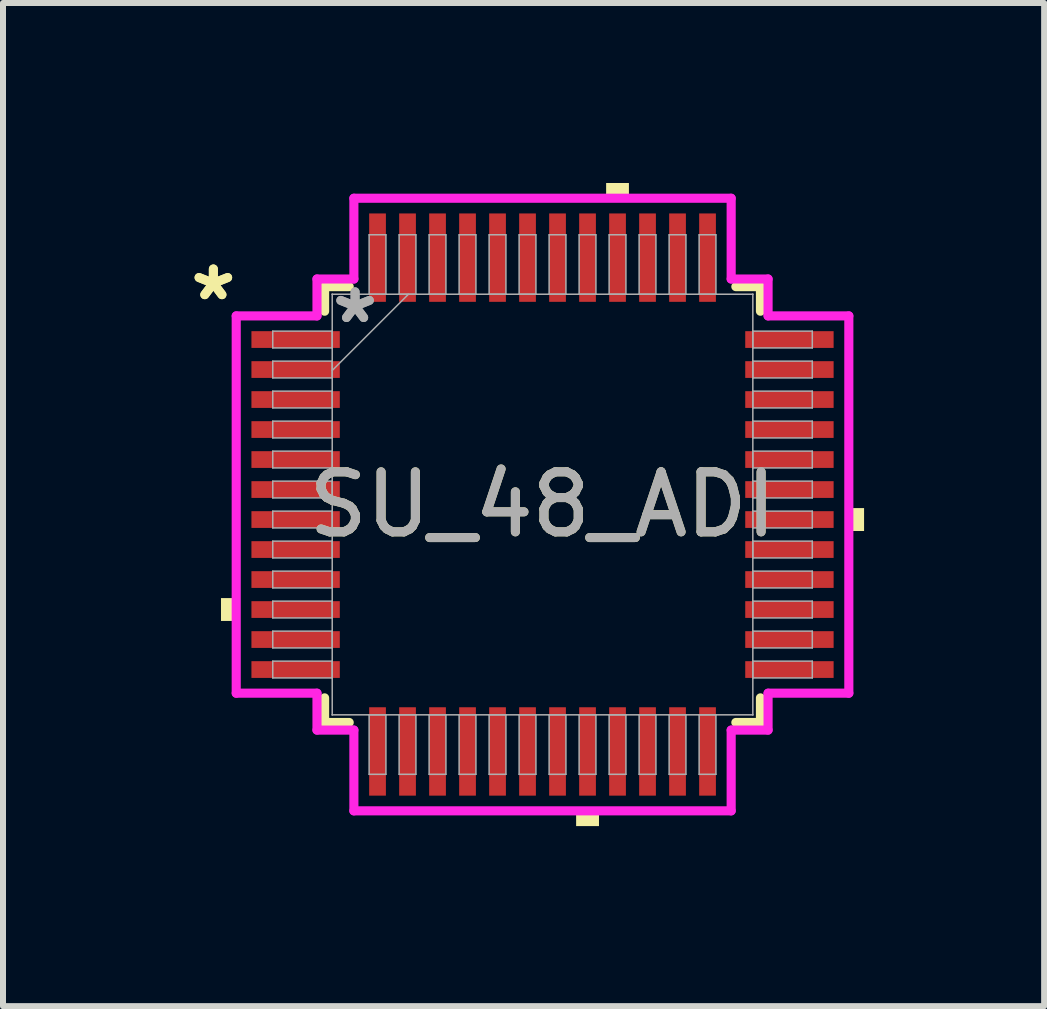
<source format=kicad_pcb>
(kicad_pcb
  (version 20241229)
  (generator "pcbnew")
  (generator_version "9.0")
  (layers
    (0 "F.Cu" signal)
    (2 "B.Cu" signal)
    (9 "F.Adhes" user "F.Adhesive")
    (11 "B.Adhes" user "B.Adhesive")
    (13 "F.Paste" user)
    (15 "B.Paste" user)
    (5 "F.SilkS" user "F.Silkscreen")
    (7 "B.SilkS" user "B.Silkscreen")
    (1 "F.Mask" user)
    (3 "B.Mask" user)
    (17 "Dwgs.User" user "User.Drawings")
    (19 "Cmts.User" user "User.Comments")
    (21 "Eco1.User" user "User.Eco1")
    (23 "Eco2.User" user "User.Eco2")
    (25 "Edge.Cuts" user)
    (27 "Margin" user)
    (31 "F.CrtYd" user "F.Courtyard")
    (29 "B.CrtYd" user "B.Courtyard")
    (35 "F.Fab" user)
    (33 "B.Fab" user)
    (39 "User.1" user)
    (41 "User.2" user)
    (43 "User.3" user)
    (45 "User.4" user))
  (footprint "SU_48_ADI"
    (layer "F.Cu")
    (at 5.992 5.359)
    (property "Reference" "SU_48_ADI" (at 0 0 0) (unlocked yes) (layer "F.SilkS") (effects (font (size 1 1) (thickness 0.15))))
    (attr smd)
    (fp_line (start -3.632 -3.632) (end -3.632 -3.222) (stroke (width 0.152) (type solid)) (layer "F.SilkS"))
    (fp_line (start -3.632 3.222) (end -3.632 3.632) (stroke (width 0.152) (type solid)) (layer "F.SilkS"))
    (fp_line (start -3.632 3.632) (end -3.222 3.632) (stroke (width 0.152) (type solid)) (layer "F.SilkS"))
    (fp_line (start -3.222 -3.632) (end -3.632 -3.632) (stroke (width 0.152) (type solid)) (layer "F.SilkS"))
    (fp_line (start 3.222 3.632) (end 3.632 3.632) (stroke (width 0.152) (type solid)) (layer "F.SilkS"))
    (fp_line (start 3.632 -3.632) (end 3.222 -3.632) (stroke (width 0.152) (type solid)) (layer "F.SilkS"))
    (fp_line (start 3.632 -3.222) (end 3.632 -3.632) (stroke (width 0.152) (type solid)) (layer "F.SilkS"))
    (fp_line (start 3.632 3.632) (end 3.632 3.222) (stroke (width 0.152) (type solid)) (layer "F.SilkS"))
    (fp_poly (pts (xy -5.359 1.559) (xy -5.359 1.94) (xy -5.105 1.94) (xy -5.105 1.559)) (stroke (width 0) (type solid)) (fill yes) (layer "F.SilkS"))
    (fp_poly (pts (xy 0.56 5.105) (xy 0.56 5.359) (xy 0.941 5.359) (xy 0.941 5.105)) (stroke (width 0) (type solid)) (fill yes) (layer "F.SilkS"))
    (fp_poly (pts (xy 1.06 -5.105) (xy 1.06 -5.359) (xy 1.44 -5.359) (xy 1.44 -5.105)) (stroke (width 0) (type solid)) (fill yes) (layer "F.SilkS"))
    (fp_poly (pts (xy 5.359 0.059) (xy 5.359 0.441) (xy 5.105 0.441) (xy 5.105 0.059)) (stroke (width 0) (type solid)) (fill yes) (layer "F.SilkS"))
    (fp_line (start -5.105 -3.144) (end -3.759 -3.144) (stroke (width 0.152) (type solid)) (layer "F.CrtYd"))
    (fp_line (start -5.105 3.144) (end -5.105 -3.144) (stroke (width 0.152) (type solid)) (layer "F.CrtYd"))
    (fp_line (start -3.759 -3.759) (end -3.144 -3.759) (stroke (width 0.152) (type solid)) (layer "F.CrtYd"))
    (fp_line (start -3.759 -3.144) (end -3.759 -3.759) (stroke (width 0.152) (type solid)) (layer "F.CrtYd"))
    (fp_line (start -3.759 3.144) (end -5.105 3.144) (stroke (width 0.152) (type solid)) (layer "F.CrtYd"))
    (fp_line (start -3.759 3.759) (end -3.759 3.144) (stroke (width 0.152) (type solid)) (layer "F.CrtYd"))
    (fp_line (start -3.759 3.759) (end -3.144 3.759) (stroke (width 0.152) (type solid)) (layer "F.CrtYd"))
    (fp_line (start -3.144 -5.105) (end 3.144 -5.105) (stroke (width 0.152) (type solid)) (layer "F.CrtYd"))
    (fp_line (start -3.144 -3.759) (end -3.144 -5.105) (stroke (width 0.152) (type solid)) (layer "F.CrtYd"))
    (fp_line (start -3.144 3.759) (end -3.144 5.105) (stroke (width 0.152) (type solid)) (layer "F.CrtYd"))
    (fp_line (start -3.144 5.105) (end 3.144 5.105) (stroke (width 0.152) (type solid)) (layer "F.CrtYd"))
    (fp_line (start 3.144 -5.105) (end 3.144 -3.759) (stroke (width 0.152) (type solid)) (layer "F.CrtYd"))
    (fp_line (start 3.144 -3.759) (end 3.759 -3.759) (stroke (width 0.152) (type solid)) (layer "F.CrtYd"))
    (fp_line (start 3.144 3.759) (end 3.759 3.759) (stroke (width 0.152) (type solid)) (layer "F.CrtYd"))
    (fp_line (start 3.144 5.105) (end 3.144 3.759) (stroke (width 0.152) (type solid)) (layer "F.CrtYd"))
    (fp_line (start 3.759 -3.144) (end 3.759 -3.759) (stroke (width 0.152) (type solid)) (layer "F.CrtYd"))
    (fp_line (start 3.759 3.144) (end 5.105 3.144) (stroke (width 0.152) (type solid)) (layer "F.CrtYd"))
    (fp_line (start 3.759 3.759) (end 3.759 3.144) (stroke (width 0.152) (type solid)) (layer "F.CrtYd"))
    (fp_line (start 5.105 -3.144) (end 3.759 -3.144) (stroke (width 0.152) (type solid)) (layer "F.CrtYd"))
    (fp_line (start 5.105 3.144) (end 5.105 -3.144) (stroke (width 0.152) (type solid)) (layer "F.CrtYd"))
    (fp_line (start -4.496 -2.89) (end -4.496 -2.61) (stroke (width 0.025) (type solid)) (layer "F.Fab"))
    (fp_line (start -4.496 -2.61) (end -3.505 -2.61) (stroke (width 0.025) (type solid)) (layer "F.Fab"))
    (fp_line (start -4.496 -2.39) (end -4.496 -2.11) (stroke (width 0.025) (type solid)) (layer "F.Fab"))
    (fp_line (start -4.496 -2.11) (end -3.505 -2.11) (stroke (width 0.025) (type solid)) (layer "F.Fab"))
    (fp_line (start -4.496 -1.89) (end -4.496 -1.61) (stroke (width 0.025) (type solid)) (layer "F.Fab"))
    (fp_line (start -4.496 -1.61) (end -3.505 -1.61) (stroke (width 0.025) (type solid)) (layer "F.Fab"))
    (fp_line (start -4.496 -1.39) (end -4.496 -1.11) (stroke (width 0.025) (type solid)) (layer "F.Fab"))
    (fp_line (start -4.496 -1.11) (end -3.505 -1.11) (stroke (width 0.025) (type solid)) (layer "F.Fab"))
    (fp_line (start -4.496 -0.89) (end -4.496 -0.61) (stroke (width 0.025) (type solid)) (layer "F.Fab"))
    (fp_line (start -4.496 -0.61) (end -3.505 -0.61) (stroke (width 0.025) (type solid)) (layer "F.Fab"))
    (fp_line (start -4.496 -0.39) (end -4.496 -0.11) (stroke (width 0.025) (type solid)) (layer "F.Fab"))
    (fp_line (start -4.496 -0.11) (end -3.505 -0.11) (stroke (width 0.025) (type solid)) (layer "F.Fab"))
    (fp_line (start -4.496 0.11) (end -4.496 0.39) (stroke (width 0.025) (type solid)) (layer "F.Fab"))
    (fp_line (start -4.496 0.39) (end -3.505 0.39) (stroke (width 0.025) (type solid)) (layer "F.Fab"))
    (fp_line (start -4.496 0.61) (end -4.496 0.89) (stroke (width 0.025) (type solid)) (layer "F.Fab"))
    (fp_line (start -4.496 0.89) (end -3.505 0.89) (stroke (width 0.025) (type solid)) (layer "F.Fab"))
    (fp_line (start -4.496 1.11) (end -4.496 1.39) (stroke (width 0.025) (type solid)) (layer "F.Fab"))
    (fp_line (start -4.496 1.39) (end -3.505 1.39) (stroke (width 0.025) (type solid)) (layer "F.Fab"))
    (fp_line (start -4.496 1.61) (end -4.496 1.89) (stroke (width 0.025) (type solid)) (layer "F.Fab"))
    (fp_line (start -4.496 1.89) (end -3.505 1.89) (stroke (width 0.025) (type solid)) (layer "F.Fab"))
    (fp_line (start -4.496 2.11) (end -4.496 2.39) (stroke (width 0.025) (type solid)) (layer "F.Fab"))
    (fp_line (start -4.496 2.39) (end -3.505 2.39) (stroke (width 0.025) (type solid)) (layer "F.Fab"))
    (fp_line (start -4.496 2.61) (end -4.496 2.89) (stroke (width 0.025) (type solid)) (layer "F.Fab"))
    (fp_line (start -4.496 2.89) (end -3.505 2.89) (stroke (width 0.025) (type solid)) (layer "F.Fab"))
    (fp_line (start -3.505 -3.505) (end -3.505 -3.505) (stroke (width 0.025) (type solid)) (layer "F.Fab"))
    (fp_line (start -3.505 -3.505) (end -3.505 3.505) (stroke (width 0.025) (type solid)) (layer "F.Fab"))
    (fp_line (start -3.505 -2.89) (end -4.496 -2.89) (stroke (width 0.025) (type solid)) (layer "F.Fab"))
    (fp_line (start -3.505 -2.61) (end -3.505 -2.89) (stroke (width 0.025) (type solid)) (layer "F.Fab"))
    (fp_line (start -3.505 -2.39) (end -4.496 -2.39) (stroke (width 0.025) (type solid)) (layer "F.Fab"))
    (fp_line (start -3.505 -2.235) (end -2.235 -3.505) (stroke (width 0.025) (type solid)) (layer "F.Fab"))
    (fp_line (start -3.505 -2.11) (end -3.505 -2.39) (stroke (width 0.025) (type solid)) (layer "F.Fab"))
    (fp_line (start -3.505 -1.89) (end -4.496 -1.89) (stroke (width 0.025) (type solid)) (layer "F.Fab"))
    (fp_line (start -3.505 -1.61) (end -3.505 -1.89) (stroke (width 0.025) (type solid)) (layer "F.Fab"))
    (fp_line (start -3.505 -1.39) (end -4.496 -1.39) (stroke (width 0.025) (type solid)) (layer "F.Fab"))
    (fp_line (start -3.505 -1.11) (end -3.505 -1.39) (stroke (width 0.025) (type solid)) (layer "F.Fab"))
    (fp_line (start -3.505 -0.89) (end -4.496 -0.89) (stroke (width 0.025) (type solid)) (layer "F.Fab"))
    (fp_line (start -3.505 -0.61) (end -3.505 -0.89) (stroke (width 0.025) (type solid)) (layer "F.Fab"))
    (fp_line (start -3.505 -0.39) (end -4.496 -0.39) (stroke (width 0.025) (type solid)) (layer "F.Fab"))
    (fp_line (start -3.505 -0.11) (end -3.505 -0.39) (stroke (width 0.025) (type solid)) (layer "F.Fab"))
    (fp_line (start -3.505 0.11) (end -4.496 0.11) (stroke (width 0.025) (type solid)) (layer "F.Fab"))
    (fp_line (start -3.505 0.39) (end -3.505 0.11) (stroke (width 0.025) (type solid)) (layer "F.Fab"))
    (fp_line (start -3.505 0.61) (end -4.496 0.61) (stroke (width 0.025) (type solid)) (layer "F.Fab"))
    (fp_line (start -3.505 0.89) (end -3.505 0.61) (stroke (width 0.025) (type solid)) (layer "F.Fab"))
    (fp_line (start -3.505 1.11) (end -4.496 1.11) (stroke (width 0.025) (type solid)) (layer "F.Fab"))
    (fp_line (start -3.505 1.39) (end -3.505 1.11) (stroke (width 0.025) (type solid)) (layer "F.Fab"))
    (fp_line (start -3.505 1.61) (end -4.496 1.61) (stroke (width 0.025) (type solid)) (layer "F.Fab"))
    (fp_line (start -3.505 1.89) (end -3.505 1.61) (stroke (width 0.025) (type solid)) (layer "F.Fab"))
    (fp_line (start -3.505 2.11) (end -4.496 2.11) (stroke (width 0.025) (type solid)) (layer "F.Fab"))
    (fp_line (start -3.505 2.39) (end -3.505 2.11) (stroke (width 0.025) (type solid)) (layer "F.Fab"))
    (fp_line (start -3.505 2.61) (end -4.496 2.61) (stroke (width 0.025) (type solid)) (layer "F.Fab"))
    (fp_line (start -3.505 2.89) (end -3.505 2.61) (stroke (width 0.025) (type solid)) (layer "F.Fab"))
    (fp_line (start -3.505 3.505) (end -3.505 3.505) (stroke (width 0.025) (type solid)) (layer "F.Fab"))
    (fp_line (start -3.505 3.505) (end 3.505 3.505) (stroke (width 0.025) (type solid)) (layer "F.Fab"))
    (fp_line (start -2.89 -4.496) (end -2.89 -3.505) (stroke (width 0.025) (type solid)) (layer "F.Fab"))
    (fp_line (start -2.89 -3.505) (end -2.61 -3.505) (stroke (width 0.025) (type solid)) (layer "F.Fab"))
    (fp_line (start -2.89 3.505) (end -2.89 4.496) (stroke (width 0.025) (type solid)) (layer "F.Fab"))
    (fp_line (start -2.89 4.496) (end -2.61 4.496) (stroke (width 0.025) (type solid)) (layer "F.Fab"))
    (fp_line (start -2.61 -4.496) (end -2.89 -4.496) (stroke (width 0.025) (type solid)) (layer "F.Fab"))
    (fp_line (start -2.61 -3.505) (end -2.61 -4.496) (stroke (width 0.025) (type solid)) (layer "F.Fab"))
    (fp_line (start -2.61 3.505) (end -2.89 3.505) (stroke (width 0.025) (type solid)) (layer "F.Fab"))
    (fp_line (start -2.61 4.496) (end -2.61 3.505) (stroke (width 0.025) (type solid)) (layer "F.Fab"))
    (fp_line (start -2.39 -4.496) (end -2.39 -3.505) (stroke (width 0.025) (type solid)) (layer "F.Fab"))
    (fp_line (start -2.39 -3.505) (end -2.11 -3.505) (stroke (width 0.025) (type solid)) (layer "F.Fab"))
    (fp_line (start -2.39 3.505) (end -2.39 4.496) (stroke (width 0.025) (type solid)) (layer "F.Fab"))
    (fp_line (start -2.39 4.496) (end -2.11 4.496) (stroke (width 0.025) (type solid)) (layer "F.Fab"))
    (fp_line (start -2.11 -4.496) (end -2.39 -4.496) (stroke (width 0.025) (type solid)) (layer "F.Fab"))
    (fp_line (start -2.11 -3.505) (end -2.11 -4.496) (stroke (width 0.025) (type solid)) (layer "F.Fab"))
    (fp_line (start -2.11 3.505) (end -2.39 3.505) (stroke (width 0.025) (type solid)) (layer "F.Fab"))
    (fp_line (start -2.11 4.496) (end -2.11 3.505) (stroke (width 0.025) (type solid)) (layer "F.Fab"))
    (fp_line (start -1.89 -4.496) (end -1.89 -3.505) (stroke (width 0.025) (type solid)) (layer "F.Fab"))
    (fp_line (start -1.89 -3.505) (end -1.61 -3.505) (stroke (width 0.025) (type solid)) (layer "F.Fab"))
    (fp_line (start -1.89 3.505) (end -1.89 4.496) (stroke (width 0.025) (type solid)) (layer "F.Fab"))
    (fp_line (start -1.89 4.496) (end -1.61 4.496) (stroke (width 0.025) (type solid)) (layer "F.Fab"))
    (fp_line (start -1.61 -4.496) (end -1.89 -4.496) (stroke (width 0.025) (type solid)) (layer "F.Fab"))
    (fp_line (start -1.61 -3.505) (end -1.61 -4.496) (stroke (width 0.025) (type solid)) (layer "F.Fab"))
    (fp_line (start -1.61 3.505) (end -1.89 3.505) (stroke (width 0.025) (type solid)) (layer "F.Fab"))
    (fp_line (start -1.61 4.496) (end -1.61 3.505) (stroke (width 0.025) (type solid)) (layer "F.Fab"))
    (fp_line (start -1.39 -4.496) (end -1.39 -3.505) (stroke (width 0.025) (type solid)) (layer "F.Fab"))
    (fp_line (start -1.39 -3.505) (end -1.11 -3.505) (stroke (width 0.025) (type solid)) (layer "F.Fab"))
    (fp_line (start -1.39 3.505) (end -1.39 4.496) (stroke (width 0.025) (type solid)) (layer "F.Fab"))
    (fp_line (start -1.39 4.496) (end -1.11 4.496) (stroke (width 0.025) (type solid)) (layer "F.Fab"))
    (fp_line (start -1.11 -4.496) (end -1.39 -4.496) (stroke (width 0.025) (type solid)) (layer "F.Fab"))
    (fp_line (start -1.11 -3.505) (end -1.11 -4.496) (stroke (width 0.025) (type solid)) (layer "F.Fab"))
    (fp_line (start -1.11 3.505) (end -1.39 3.505) (stroke (width 0.025) (type solid)) (layer "F.Fab"))
    (fp_line (start -1.11 4.496) (end -1.11 3.505) (stroke (width 0.025) (type solid)) (layer "F.Fab"))
    (fp_line (start -0.89 -4.496) (end -0.89 -3.505) (stroke (width 0.025) (type solid)) (layer "F.Fab"))
    (fp_line (start -0.89 -3.505) (end -0.61 -3.505) (stroke (width 0.025) (type solid)) (layer "F.Fab"))
    (fp_line (start -0.89 3.505) (end -0.89 4.496) (stroke (width 0.025) (type solid)) (layer "F.Fab"))
    (fp_line (start -0.89 4.496) (end -0.61 4.496) (stroke (width 0.025) (type solid)) (layer "F.Fab"))
    (fp_line (start -0.61 -4.496) (end -0.89 -4.496) (stroke (width 0.025) (type solid)) (layer "F.Fab"))
    (fp_line (start -0.61 -3.505) (end -0.61 -4.496) (stroke (width 0.025) (type solid)) (layer "F.Fab"))
    (fp_line (start -0.61 3.505) (end -0.89 3.505) (stroke (width 0.025) (type solid)) (layer "F.Fab"))
    (fp_line (start -0.61 4.496) (end -0.61 3.505) (stroke (width 0.025) (type solid)) (layer "F.Fab"))
    (fp_line (start -0.39 -4.496) (end -0.39 -3.505) (stroke (width 0.025) (type solid)) (layer "F.Fab"))
    (fp_line (start -0.39 -3.505) (end -0.11 -3.505) (stroke (width 0.025) (type solid)) (layer "F.Fab"))
    (fp_line (start -0.39 3.505) (end -0.39 4.496) (stroke (width 0.025) (type solid)) (layer "F.Fab"))
    (fp_line (start -0.39 4.496) (end -0.11 4.496) (stroke (width 0.025) (type solid)) (layer "F.Fab"))
    (fp_line (start -0.11 -4.496) (end -0.39 -4.496) (stroke (width 0.025) (type solid)) (layer "F.Fab"))
    (fp_line (start -0.11 -3.505) (end -0.11 -4.496) (stroke (width 0.025) (type solid)) (layer "F.Fab"))
    (fp_line (start -0.11 3.505) (end -0.39 3.505) (stroke (width 0.025) (type solid)) (layer "F.Fab"))
    (fp_line (start -0.11 4.496) (end -0.11 3.505) (stroke (width 0.025) (type solid)) (layer "F.Fab"))
    (fp_line (start 0.11 -4.496) (end 0.11 -3.505) (stroke (width 0.025) (type solid)) (layer "F.Fab"))
    (fp_line (start 0.11 -3.505) (end 0.39 -3.505) (stroke (width 0.025) (type solid)) (layer "F.Fab"))
    (fp_line (start 0.11 3.505) (end 0.11 4.496) (stroke (width 0.025) (type solid)) (layer "F.Fab"))
    (fp_line (start 0.11 4.496) (end 0.39 4.496) (stroke (width 0.025) (type solid)) (layer "F.Fab"))
    (fp_line (start 0.39 -4.496) (end 0.11 -4.496) (stroke (width 0.025) (type solid)) (layer "F.Fab"))
    (fp_line (start 0.39 -3.505) (end 0.39 -4.496) (stroke (width 0.025) (type solid)) (layer "F.Fab"))
    (fp_line (start 0.39 3.505) (end 0.11 3.505) (stroke (width 0.025) (type solid)) (layer "F.Fab"))
    (fp_line (start 0.39 4.496) (end 0.39 3.505) (stroke (width 0.025) (type solid)) (layer "F.Fab"))
    (fp_line (start 0.61 -4.496) (end 0.61 -3.505) (stroke (width 0.025) (type solid)) (layer "F.Fab"))
    (fp_line (start 0.61 -3.505) (end 0.89 -3.505) (stroke (width 0.025) (type solid)) (layer "F.Fab"))
    (fp_line (start 0.61 3.505) (end 0.61 4.496) (stroke (width 0.025) (type solid)) (layer "F.Fab"))
    (fp_line (start 0.61 4.496) (end 0.89 4.496) (stroke (width 0.025) (type solid)) (layer "F.Fab"))
    (fp_line (start 0.89 -4.496) (end 0.61 -4.496) (stroke (width 0.025) (type solid)) (layer "F.Fab"))
    (fp_line (start 0.89 -3.505) (end 0.89 -4.496) (stroke (width 0.025) (type solid)) (layer "F.Fab"))
    (fp_line (start 0.89 3.505) (end 0.61 3.505) (stroke (width 0.025) (type solid)) (layer "F.Fab"))
    (fp_line (start 0.89 4.496) (end 0.89 3.505) (stroke (width 0.025) (type solid)) (layer "F.Fab"))
    (fp_line (start 1.11 -4.496) (end 1.11 -3.505) (stroke (width 0.025) (type solid)) (layer "F.Fab"))
    (fp_line (start 1.11 -3.505) (end 1.39 -3.505) (stroke (width 0.025) (type solid)) (layer "F.Fab"))
    (fp_line (start 1.11 3.505) (end 1.11 4.496) (stroke (width 0.025) (type solid)) (layer "F.Fab"))
    (fp_line (start 1.11 4.496) (end 1.39 4.496) (stroke (width 0.025) (type solid)) (layer "F.Fab"))
    (fp_line (start 1.39 -4.496) (end 1.11 -4.496) (stroke (width 0.025) (type solid)) (layer "F.Fab"))
    (fp_line (start 1.39 -3.505) (end 1.39 -4.496) (stroke (width 0.025) (type solid)) (layer "F.Fab"))
    (fp_line (start 1.39 3.505) (end 1.11 3.505) (stroke (width 0.025) (type solid)) (layer "F.Fab"))
    (fp_line (start 1.39 4.496) (end 1.39 3.505) (stroke (width 0.025) (type solid)) (layer "F.Fab"))
    (fp_line (start 1.61 -4.496) (end 1.61 -3.505) (stroke (width 0.025) (type solid)) (layer "F.Fab"))
    (fp_line (start 1.61 -3.505) (end 1.89 -3.505) (stroke (width 0.025) (type solid)) (layer "F.Fab"))
    (fp_line (start 1.61 3.505) (end 1.61 4.496) (stroke (width 0.025) (type solid)) (layer "F.Fab"))
    (fp_line (start 1.61 4.496) (end 1.89 4.496) (stroke (width 0.025) (type solid)) (layer "F.Fab"))
    (fp_line (start 1.89 -4.496) (end 1.61 -4.496) (stroke (width 0.025) (type solid)) (layer "F.Fab"))
    (fp_line (start 1.89 -3.505) (end 1.89 -4.496) (stroke (width 0.025) (type solid)) (layer "F.Fab"))
    (fp_line (start 1.89 3.505) (end 1.61 3.505) (stroke (width 0.025) (type solid)) (layer "F.Fab"))
    (fp_line (start 1.89 4.496) (end 1.89 3.505) (stroke (width 0.025) (type solid)) (layer "F.Fab"))
    (fp_line (start 2.11 -4.496) (end 2.11 -3.505) (stroke (width 0.025) (type solid)) (layer "F.Fab"))
    (fp_line (start 2.11 -3.505) (end 2.39 -3.505) (stroke (width 0.025) (type solid)) (layer "F.Fab"))
    (fp_line (start 2.11 3.505) (end 2.11 4.496) (stroke (width 0.025) (type solid)) (layer "F.Fab"))
    (fp_line (start 2.11 4.496) (end 2.39 4.496) (stroke (width 0.025) (type solid)) (layer "F.Fab"))
    (fp_line (start 2.39 -4.496) (end 2.11 -4.496) (stroke (width 0.025) (type solid)) (layer "F.Fab"))
    (fp_line (start 2.39 -3.505) (end 2.39 -4.496) (stroke (width 0.025) (type solid)) (layer "F.Fab"))
    (fp_line (start 2.39 3.505) (end 2.11 3.505) (stroke (width 0.025) (type solid)) (layer "F.Fab"))
    (fp_line (start 2.39 4.496) (end 2.39 3.505) (stroke (width 0.025) (type solid)) (layer "F.Fab"))
    (fp_line (start 2.61 -4.496) (end 2.61 -3.505) (stroke (width 0.025) (type solid)) (layer "F.Fab"))
    (fp_line (start 2.61 -3.505) (end 2.89 -3.505) (stroke (width 0.025) (type solid)) (layer "F.Fab"))
    (fp_line (start 2.61 3.505) (end 2.61 4.496) (stroke (width 0.025) (type solid)) (layer "F.Fab"))
    (fp_line (start 2.61 4.496) (end 2.89 4.496) (stroke (width 0.025) (type solid)) (layer "F.Fab"))
    (fp_line (start 2.89 -4.496) (end 2.61 -4.496) (stroke (width 0.025) (type solid)) (layer "F.Fab"))
    (fp_line (start 2.89 -3.505) (end 2.89 -4.496) (stroke (width 0.025) (type solid)) (layer "F.Fab"))
    (fp_line (start 2.89 3.505) (end 2.61 3.505) (stroke (width 0.025) (type solid)) (layer "F.Fab"))
    (fp_line (start 2.89 4.496) (end 2.89 3.505) (stroke (width 0.025) (type solid)) (layer "F.Fab"))
    (fp_line (start 3.505 -3.505) (end -3.505 -3.505) (stroke (width 0.025) (type solid)) (layer "F.Fab"))
    (fp_line (start 3.505 -3.505) (end 3.505 -3.505) (stroke (width 0.025) (type solid)) (layer "F.Fab"))
    (fp_line (start 3.505 -2.89) (end 3.505 -2.61) (stroke (width 0.025) (type solid)) (layer "F.Fab"))
    (fp_line (start 3.505 -2.61) (end 4.496 -2.61) (stroke (width 0.025) (type solid)) (layer "F.Fab"))
    (fp_line (start 3.505 -2.39) (end 3.505 -2.11) (stroke (width 0.025) (type solid)) (layer "F.Fab"))
    (fp_line (start 3.505 -2.11) (end 4.496 -2.11) (stroke (width 0.025) (type solid)) (layer "F.Fab"))
    (fp_line (start 3.505 -1.89) (end 3.505 -1.61) (stroke (width 0.025) (type solid)) (layer "F.Fab"))
    (fp_line (start 3.505 -1.61) (end 4.496 -1.61) (stroke (width 0.025) (type solid)) (layer "F.Fab"))
    (fp_line (start 3.505 -1.39) (end 3.505 -1.11) (stroke (width 0.025) (type solid)) (layer "F.Fab"))
    (fp_line (start 3.505 -1.11) (end 4.496 -1.11) (stroke (width 0.025) (type solid)) (layer "F.Fab"))
    (fp_line (start 3.505 -0.89) (end 3.505 -0.61) (stroke (width 0.025) (type solid)) (layer "F.Fab"))
    (fp_line (start 3.505 -0.61) (end 4.496 -0.61) (stroke (width 0.025) (type solid)) (layer "F.Fab"))
    (fp_line (start 3.505 -0.39) (end 3.505 -0.11) (stroke (width 0.025) (type solid)) (layer "F.Fab"))
    (fp_line (start 3.505 -0.11) (end 4.496 -0.11) (stroke (width 0.025) (type solid)) (layer "F.Fab"))
    (fp_line (start 3.505 0.11) (end 3.505 0.39) (stroke (width 0.025) (type solid)) (layer "F.Fab"))
    (fp_line (start 3.505 0.39) (end 4.496 0.39) (stroke (width 0.025) (type solid)) (layer "F.Fab"))
    (fp_line (start 3.505 0.61) (end 3.505 0.89) (stroke (width 0.025) (type solid)) (layer "F.Fab"))
    (fp_line (start 3.505 0.89) (end 4.496 0.89) (stroke (width 0.025) (type solid)) (layer "F.Fab"))
    (fp_line (start 3.505 1.11) (end 3.505 1.39) (stroke (width 0.025) (type solid)) (layer "F.Fab"))
    (fp_line (start 3.505 1.39) (end 4.496 1.39) (stroke (width 0.025) (type solid)) (layer "F.Fab"))
    (fp_line (start 3.505 1.61) (end 3.505 1.89) (stroke (width 0.025) (type solid)) (layer "F.Fab"))
    (fp_line (start 3.505 1.89) (end 4.496 1.89) (stroke (width 0.025) (type solid)) (layer "F.Fab"))
    (fp_line (start 3.505 2.11) (end 3.505 2.39) (stroke (width 0.025) (type solid)) (layer "F.Fab"))
    (fp_line (start 3.505 2.39) (end 4.496 2.39) (stroke (width 0.025) (type solid)) (layer "F.Fab"))
    (fp_line (start 3.505 2.61) (end 3.505 2.89) (stroke (width 0.025) (type solid)) (layer "F.Fab"))
    (fp_line (start 3.505 2.89) (end 4.496 2.89) (stroke (width 0.025) (type solid)) (layer "F.Fab"))
    (fp_line (start 3.505 3.505) (end 3.505 -3.505) (stroke (width 0.025) (type solid)) (layer "F.Fab"))
    (fp_line (start 3.505 3.505) (end 3.505 3.505) (stroke (width 0.025) (type solid)) (layer "F.Fab"))
    (fp_line (start 4.496 -2.89) (end 3.505 -2.89) (stroke (width 0.025) (type solid)) (layer "F.Fab"))
    (fp_line (start 4.496 -2.61) (end 4.496 -2.89) (stroke (width 0.025) (type solid)) (layer "F.Fab"))
    (fp_line (start 4.496 -2.39) (end 3.505 -2.39) (stroke (width 0.025) (type solid)) (layer "F.Fab"))
    (fp_line (start 4.496 -2.11) (end 4.496 -2.39) (stroke (width 0.025) (type solid)) (layer "F.Fab"))
    (fp_line (start 4.496 -1.89) (end 3.505 -1.89) (stroke (width 0.025) (type solid)) (layer "F.Fab"))
    (fp_line (start 4.496 -1.61) (end 4.496 -1.89) (stroke (width 0.025) (type solid)) (layer "F.Fab"))
    (fp_line (start 4.496 -1.39) (end 3.505 -1.39) (stroke (width 0.025) (type solid)) (layer "F.Fab"))
    (fp_line (start 4.496 -1.11) (end 4.496 -1.39) (stroke (width 0.025) (type solid)) (layer "F.Fab"))
    (fp_line (start 4.496 -0.89) (end 3.505 -0.89) (stroke (width 0.025) (type solid)) (layer "F.Fab"))
    (fp_line (start 4.496 -0.61) (end 4.496 -0.89) (stroke (width 0.025) (type solid)) (layer "F.Fab"))
    (fp_line (start 4.496 -0.39) (end 3.505 -0.39) (stroke (width 0.025) (type solid)) (layer "F.Fab"))
    (fp_line (start 4.496 -0.11) (end 4.496 -0.39) (stroke (width 0.025) (type solid)) (layer "F.Fab"))
    (fp_line (start 4.496 0.11) (end 3.505 0.11) (stroke (width 0.025) (type solid)) (layer "F.Fab"))
    (fp_line (start 4.496 0.39) (end 4.496 0.11) (stroke (width 0.025) (type solid)) (layer "F.Fab"))
    (fp_line (start 4.496 0.61) (end 3.505 0.61) (stroke (width 0.025) (type solid)) (layer "F.Fab"))
    (fp_line (start 4.496 0.89) (end 4.496 0.61) (stroke (width 0.025) (type solid)) (layer "F.Fab"))
    (fp_line (start 4.496 1.11) (end 3.505 1.11) (stroke (width 0.025) (type solid)) (layer "F.Fab"))
    (fp_line (start 4.496 1.39) (end 4.496 1.11) (stroke (width 0.025) (type solid)) (layer "F.Fab"))
    (fp_line (start 4.496 1.61) (end 3.505 1.61) (stroke (width 0.025) (type solid)) (layer "F.Fab"))
    (fp_line (start 4.496 1.89) (end 4.496 1.61) (stroke (width 0.025) (type solid)) (layer "F.Fab"))
    (fp_line (start 4.496 2.11) (end 3.505 2.11) (stroke (width 0.025) (type solid)) (layer "F.Fab"))
    (fp_line (start 4.496 2.39) (end 4.496 2.11) (stroke (width 0.025) (type solid)) (layer "F.Fab"))
    (fp_line (start 4.496 2.61) (end 3.505 2.61) (stroke (width 0.025) (type solid)) (layer "F.Fab"))
    (fp_line (start 4.496 2.89) (end 4.496 2.61) (stroke (width 0.025) (type solid)) (layer "F.Fab"))
    (fp_text user "*" (at -5.486 -3.381 0) (layer "F.SilkS") (effects (font (size 1 1) (thickness 0.15))))
    (fp_text user "*" (at -5.486 -3.381 0) (unlocked yes) (layer "F.SilkS") (effects (font (size 1 1) (thickness 0.15))))
    (fp_text user "*" (at -3.124 -3 0) (unlocked yes) (layer "F.Fab") (effects (font (size 1 1) (thickness 0.15))))
    (fp_text user "*" (at -3.124 -3 0) (layer "F.Fab") (effects (font (size 1 1) (thickness 0.15))))
    (fp_text user "${REFERENCE}" (at 0 0 0) (unlocked yes) (layer "F.Fab") (effects (font (size 1 1) (thickness 0.15))))
    (pad "1" smd rect (at -4.115 -2.75 90) (size 0.279 1.473) (layers "F.Cu" "F.Mask" "F.Paste"))
    (pad "2" smd rect (at -4.115 -2.25 90) (size 0.279 1.473) (layers "F.Cu" "F.Mask" "F.Paste"))
    (pad "3" smd rect (at -4.115 -1.75 90) (size 0.279 1.473) (layers "F.Cu" "F.Mask" "F.Paste"))
    (pad "4" smd rect (at -4.115 -1.25 90) (size 0.279 1.473) (layers "F.Cu" "F.Mask" "F.Paste"))
    (pad "5" smd rect (at -4.115 -0.75 90) (size 0.279 1.473) (layers "F.Cu" "F.Mask" "F.Paste"))
    (pad "6" smd rect (at -4.115 -0.25 90) (size 0.279 1.473) (layers "F.Cu" "F.Mask" "F.Paste"))
    (pad "7" smd rect (at -4.115 0.25 90) (size 0.279 1.473) (layers "F.Cu" "F.Mask" "F.Paste"))
    (pad "8" smd rect (at -4.115 0.75 90) (size 0.279 1.473) (layers "F.Cu" "F.Mask" "F.Paste"))
    (pad "9" smd rect (at -4.115 1.25 90) (size 0.279 1.473) (layers "F.Cu" "F.Mask" "F.Paste"))
    (pad "10" smd rect (at -4.115 1.75 90) (size 0.279 1.473) (layers "F.Cu" "F.Mask" "F.Paste"))
    (pad "11" smd rect (at -4.115 2.25 90) (size 0.279 1.473) (layers "F.Cu" "F.Mask" "F.Paste"))
    (pad "12" smd rect (at -4.115 2.75 90) (size 0.279 1.473) (layers "F.Cu" "F.Mask" "F.Paste"))
    (pad "13" smd rect (at -2.75 4.115) (size 0.279 1.473) (layers "F.Cu" "F.Mask" "F.Paste"))
    (pad "14" smd rect (at -2.25 4.115) (size 0.279 1.473) (layers "F.Cu" "F.Mask" "F.Paste"))
    (pad "15" smd rect (at -1.75 4.115) (size 0.279 1.473) (layers "F.Cu" "F.Mask" "F.Paste"))
    (pad "16" smd rect (at -1.25 4.115) (size 0.279 1.473) (layers "F.Cu" "F.Mask" "F.Paste"))
    (pad "17" smd rect (at -0.75 4.115) (size 0.279 1.473) (layers "F.Cu" "F.Mask" "F.Paste"))
    (pad "18" smd rect (at -0.25 4.115) (size 0.279 1.473) (layers "F.Cu" "F.Mask" "F.Paste"))
    (pad "19" smd rect (at 0.25 4.115) (size 0.279 1.473) (layers "F.Cu" "F.Mask" "F.Paste"))
    (pad "20" smd rect (at 0.75 4.115) (size 0.279 1.473) (layers "F.Cu" "F.Mask" "F.Paste"))
    (pad "21" smd rect (at 1.25 4.115) (size 0.279 1.473) (layers "F.Cu" "F.Mask" "F.Paste"))
    (pad "22" smd rect (at 1.75 4.115) (size 0.279 1.473) (layers "F.Cu" "F.Mask" "F.Paste"))
    (pad "23" smd rect (at 2.25 4.115) (size 0.279 1.473) (layers "F.Cu" "F.Mask" "F.Paste"))
    (pad "24" smd rect (at 2.75 4.115) (size 0.279 1.473) (layers "F.Cu" "F.Mask" "F.Paste"))
    (pad "25" smd rect (at 4.115 2.75 90) (size 0.279 1.473) (layers "F.Cu" "F.Mask" "F.Paste"))
    (pad "26" smd rect (at 4.115 2.25 90) (size 0.279 1.473) (layers "F.Cu" "F.Mask" "F.Paste"))
    (pad "27" smd rect (at 4.115 1.75 90) (size 0.279 1.473) (layers "F.Cu" "F.Mask" "F.Paste"))
    (pad "28" smd rect (at 4.115 1.25 90) (size 0.279 1.473) (layers "F.Cu" "F.Mask" "F.Paste"))
    (pad "29" smd rect (at 4.115 0.75 90) (size 0.279 1.473) (layers "F.Cu" "F.Mask" "F.Paste"))
    (pad "30" smd rect (at 4.115 0.25 90) (size 0.279 1.473) (layers "F.Cu" "F.Mask" "F.Paste"))
    (pad "31" smd rect (at 4.115 -0.25 90) (size 0.279 1.473) (layers "F.Cu" "F.Mask" "F.Paste"))
    (pad "32" smd rect (at 4.115 -0.75 90) (size 0.279 1.473) (layers "F.Cu" "F.Mask" "F.Paste"))
    (pad "33" smd rect (at 4.115 -1.25 90) (size 0.279 1.473) (layers "F.Cu" "F.Mask" "F.Paste"))
    (pad "34" smd rect (at 4.115 -1.75 90) (size 0.279 1.473) (layers "F.Cu" "F.Mask" "F.Paste"))
    (pad "35" smd rect (at 4.115 -2.25 90) (size 0.279 1.473) (layers "F.Cu" "F.Mask" "F.Paste"))
    (pad "36" smd rect (at 4.115 -2.75 90) (size 0.279 1.473) (layers "F.Cu" "F.Mask" "F.Paste"))
    (pad "37" smd rect (at 2.75 -4.115) (size 0.279 1.473) (layers "F.Cu" "F.Mask" "F.Paste"))
    (pad "38" smd rect (at 2.25 -4.115) (size 0.279 1.473) (layers "F.Cu" "F.Mask" "F.Paste"))
    (pad "39" smd rect (at 1.75 -4.115) (size 0.279 1.473) (layers "F.Cu" "F.Mask" "F.Paste"))
    (pad "40" smd rect (at 1.25 -4.115) (size 0.279 1.473) (layers "F.Cu" "F.Mask" "F.Paste"))
    (pad "41" smd rect (at 0.75 -4.115) (size 0.279 1.473) (layers "F.Cu" "F.Mask" "F.Paste"))
    (pad "42" smd rect (at 0.25 -4.115) (size 0.279 1.473) (layers "F.Cu" "F.Mask" "F.Paste"))
    (pad "43" smd rect (at -0.25 -4.115) (size 0.279 1.473) (layers "F.Cu" "F.Mask" "F.Paste"))
    (pad "44" smd rect (at -0.75 -4.115) (size 0.279 1.473) (layers "F.Cu" "F.Mask" "F.Paste"))
    (pad "45" smd rect (at -1.25 -4.115) (size 0.279 1.473) (layers "F.Cu" "F.Mask" "F.Paste"))
    (pad "46" smd rect (at -1.75 -4.115) (size 0.279 1.473) (layers "F.Cu" "F.Mask" "F.Paste"))
    (pad "47" smd rect (at -2.25 -4.115) (size 0.279 1.473) (layers "F.Cu" "F.Mask" "F.Paste"))
    (pad "48" smd rect (at -2.75 -4.115) (size 0.279 1.473) (layers "F.Cu" "F.Mask" "F.Paste")))
  (gr_rect
    (start -3 -3)
    (end 14.352 13.719)
    (stroke (width 0.1) (type default))
    (fill no)
    (layer "Edge.Cuts")))
</source>
